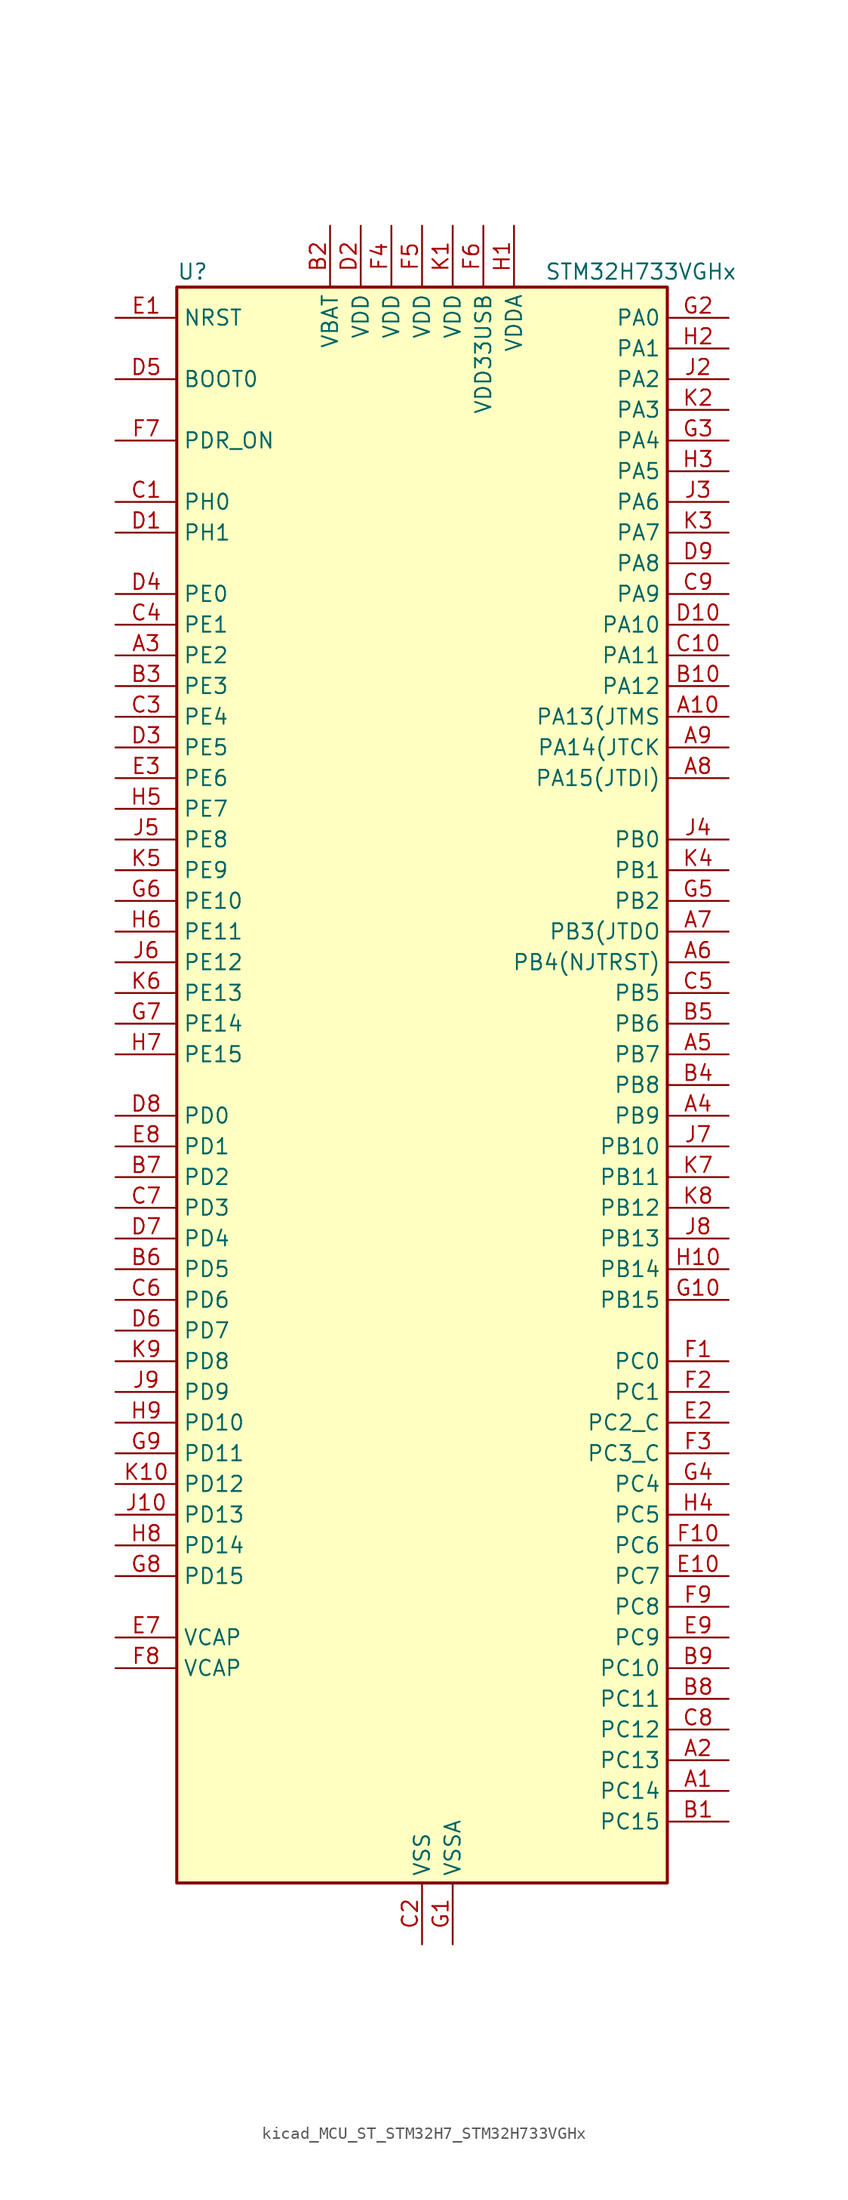
<source format=kicad_sym>
(kicad_symbol_lib
  (version 20220914)
  (generator kicad_symbol_editor)
  (symbol "kicad_MCU_ST_STM32H7_STM32H733VGHx"
    (property "Reference" "U"
      (at -20.32 67.31 0)
      (effects (font (size 1.27 1.27)) (justify left)))
    (property "Value" "STM32H733VGHx"
      (at 10.16 67.31 0)
      (effects (font (size 1.27 1.27)) (justify left)))
    (property "ki_locked" ""
      (at 0 0 0)
      (effects (font (size 1.27 1.27))))
    (symbol "kicad_MCU_ST_STM32H7_STM32H733VGHx_0_1"
      (rectangle (start -20.32 -66.04) (end 20.32 66.04) (stroke (width 0.254) (type default)) (fill (type background))))
    (symbol "kicad_MCU_ST_STM32H7_STM32H733VGHx_1_1"
      (pin bidirectional line (at 25.4 -58.42 180) (length 5.08) (name "PC14" (effects (font (size 1.27 1.27)))) (number "A1" (effects (font (size 1.27 1.27)))) (alternate "RCC_OSC32_IN" bidirectional line))
      (pin bidirectional line (at 25.4 30.48 180) (length 5.08) (name "PA13(JTMS" (effects (font (size 1.27 1.27)))) (number "A10" (effects (font (size 1.27 1.27)))) (alternate "DEBUG_JTMS-SWDIO" bidirectional line))
      (pin bidirectional line (at 25.4 -55.88 180) (length 5.08) (name "PC13" (effects (font (size 1.27 1.27)))) (number "A2" (effects (font (size 1.27 1.27)))) (alternate "PWR_WKUP4" bidirectional line) (alternate "RTC_OUT_ALARM" bidirectional line) (alternate "RTC_OUT_CALIB" bidirectional line) (alternate "RTC_TAMP1" bidirectional line) (alternate "RTC_TS" bidirectional line))
      (pin bidirectional line (at -25.4 35.56 0) (length 5.08) (name "PE2" (effects (font (size 1.27 1.27)))) (number "A3" (effects (font (size 1.27 1.27)))) (alternate "DEBUG_TRACECLK" bidirectional line) (alternate "ETH_TXD3" bidirectional line) (alternate "FMC_A23" bidirectional line) (alternate "OCTOSPIM_P1_IO2" bidirectional line) (alternate "SAI1_CK1" bidirectional line) (alternate "SAI1_MCLK_A" bidirectional line) (alternate "SAI4_CK1" bidirectional line) (alternate "SAI4_MCLK_A" bidirectional line) (alternate "SPI4_SCK" bidirectional line) (alternate "USART10_RX" bidirectional line))
      (pin bidirectional line (at 25.4 -2.54 180) (length 5.08) (name "PB9" (effects (font (size 1.27 1.27)))) (number "A4" (effects (font (size 1.27 1.27)))) (alternate "DAC1_EXTI9" bidirectional line) (alternate "DCMI_D7" bidirectional line) (alternate "DFSDM1_DATIN7" bidirectional line) (alternate "FDCAN1_TX" bidirectional line) (alternate "I2C1_SDA" bidirectional line) (alternate "I2C4_SDA" bidirectional line) (alternate "I2C4_SMBA" bidirectional line) (alternate "I2S2_WS" bidirectional line) (alternate "LTDC_B7" bidirectional line) (alternate "PSSI_D7" bidirectional line) (alternate "SDMMC1_CDIR" bidirectional line) (alternate "SDMMC1_D5" bidirectional line) (alternate "SDMMC2_D5" bidirectional line) (alternate "SPI2_NSS" bidirectional line) (alternate "TIM17_CH1" bidirectional line) (alternate "TIM4_CH4" bidirectional line) (alternate "UART4_TX" bidirectional line))
      (pin bidirectional line (at 25.4 2.54 180) (length 5.08) (name "PB7" (effects (font (size 1.27 1.27)))) (number "A5" (effects (font (size 1.27 1.27)))) (alternate "DCMI_VSYNC" bidirectional line) (alternate "DFSDM1_CKIN5" bidirectional line) (alternate "FMC_NL" bidirectional line) (alternate "I2C1_SDA" bidirectional line) (alternate "I2C4_SDA" bidirectional line) (alternate "LPUART1_RX" bidirectional line) (alternate "PSSI_RDY" bidirectional line) (alternate "PWR_PVD_IN" bidirectional line) (alternate "TIM17_CH1N" bidirectional line) (alternate "TIM4_CH2" bidirectional line) (alternate "USART1_RX" bidirectional line))
      (pin bidirectional line (at 25.4 10.16 180) (length 5.08) (name "PB4(NJTRST)" (effects (font (size 1.27 1.27)))) (number "A6" (effects (font (size 1.27 1.27)))) (alternate "DEBUG_JTRST" bidirectional line) (alternate "I2S1_SDI" bidirectional line) (alternate "I2S2_WS" bidirectional line) (alternate "I2S3_SDI" bidirectional line) (alternate "I2S6_SDI" bidirectional line) (alternate "SDMMC2_D3" bidirectional line) (alternate "SPI1_MISO" bidirectional line) (alternate "SPI2_NSS" bidirectional line) (alternate "SPI3_MISO" bidirectional line) (alternate "SPI6_MISO" bidirectional line) (alternate "TIM16_BKIN" bidirectional line) (alternate "TIM3_CH1" bidirectional line) (alternate "UART7_TX" bidirectional line))
      (pin bidirectional line (at 25.4 12.7 180) (length 5.08) (name "PB3(JTDO" (effects (font (size 1.27 1.27)))) (number "A7" (effects (font (size 1.27 1.27)))) (alternate "CRS_SYNC" bidirectional line) (alternate "DEBUG_JTDO-SWO" bidirectional line) (alternate "I2S1_CK" bidirectional line) (alternate "I2S3_CK" bidirectional line) (alternate "I2S6_CK" bidirectional line) (alternate "SDMMC2_D2" bidirectional line) (alternate "SPI1_SCK" bidirectional line) (alternate "SPI3_SCK" bidirectional line) (alternate "SPI6_SCK" bidirectional line) (alternate "TIM24_ETR" bidirectional line) (alternate "TIM2_CH2" bidirectional line) (alternate "UART7_RX" bidirectional line))
      (pin bidirectional line (at 25.4 25.4 180) (length 5.08) (name "PA15(JTDI)" (effects (font (size 1.27 1.27)))) (number "A8" (effects (font (size 1.27 1.27)))) (alternate "ADC1_EXTI15" bidirectional line) (alternate "ADC2_EXTI15" bidirectional line) (alternate "ADC3_EXTI15" bidirectional line) (alternate "CEC" bidirectional line) (alternate "DEBUG_JTDI" bidirectional line) (alternate "I2S1_WS" bidirectional line) (alternate "I2S3_WS" bidirectional line) (alternate "I2S6_WS" bidirectional line) (alternate "LTDC_B6" bidirectional line) (alternate "LTDC_R3" bidirectional line) (alternate "SPI1_NSS" bidirectional line) (alternate "SPI3_NSS" bidirectional line) (alternate "SPI6_NSS" bidirectional line) (alternate "TIM2_CH1" bidirectional line) (alternate "TIM2_ETR" bidirectional line) (alternate "UART4_DE" bidirectional line) (alternate "UART4_RTS" bidirectional line) (alternate "UART7_TX" bidirectional line))
      (pin bidirectional line (at 25.4 27.94 180) (length 5.08) (name "PA14(JTCK" (effects (font (size 1.27 1.27)))) (number "A9" (effects (font (size 1.27 1.27)))) (alternate "DEBUG_JTCK-SWCLK" bidirectional line))
      (pin bidirectional line (at 25.4 -60.96 180) (length 5.08) (name "PC15" (effects (font (size 1.27 1.27)))) (number "B1" (effects (font (size 1.27 1.27)))) (alternate "ADC1_EXTI15" bidirectional line) (alternate "ADC2_EXTI15" bidirectional line) (alternate "ADC3_EXTI15" bidirectional line) (alternate "RCC_OSC32_OUT" bidirectional line))
      (pin bidirectional line (at 25.4 33.02 180) (length 5.08) (name "PA12" (effects (font (size 1.27 1.27)))) (number "B10" (effects (font (size 1.27 1.27)))) (alternate "FDCAN1_TX" bidirectional line) (alternate "I2S2_CK" bidirectional line) (alternate "LPUART1_DE" bidirectional line) (alternate "LPUART1_RTS" bidirectional line) (alternate "LTDC_R5" bidirectional line) (alternate "SAI4_FS_B" bidirectional line) (alternate "SPI2_SCK" bidirectional line) (alternate "TIM1_BKIN2" bidirectional line) (alternate "TIM1_ETR" bidirectional line) (alternate "UART4_TX" bidirectional line) (alternate "USART1_DE" bidirectional line) (alternate "USART1_RTS" bidirectional line) (alternate "USB_OTG_HS_DP" bidirectional line))
      (pin power_in line (at -7.62 71.12 270) (length 5.08) (name "VBAT" (effects (font (size 1.27 1.27)))) (number "B2" (effects (font (size 1.27 1.27)))))
      (pin bidirectional line (at -25.4 33.02 0) (length 5.08) (name "PE3" (effects (font (size 1.27 1.27)))) (number "B3" (effects (font (size 1.27 1.27)))) (alternate "DEBUG_TRACED0" bidirectional line) (alternate "FMC_A19" bidirectional line) (alternate "SAI1_SD_B" bidirectional line) (alternate "SAI4_SD_B" bidirectional line) (alternate "TIM15_BKIN" bidirectional line) (alternate "USART10_TX" bidirectional line))
      (pin bidirectional line (at 25.4 0 180) (length 5.08) (name "PB8" (effects (font (size 1.27 1.27)))) (number "B4" (effects (font (size 1.27 1.27)))) (alternate "DCMI_D6" bidirectional line) (alternate "DFSDM1_CKIN7" bidirectional line) (alternate "ETH_TXD3" bidirectional line) (alternate "FDCAN1_RX" bidirectional line) (alternate "I2C1_SCL" bidirectional line) (alternate "I2C4_SCL" bidirectional line) (alternate "LTDC_B6" bidirectional line) (alternate "PSSI_D6" bidirectional line) (alternate "SDMMC1_CKIN" bidirectional line) (alternate "SDMMC1_D4" bidirectional line) (alternate "SDMMC2_D4" bidirectional line) (alternate "TIM16_CH1" bidirectional line) (alternate "TIM4_CH3" bidirectional line) (alternate "UART4_RX" bidirectional line))
      (pin bidirectional line (at 25.4 5.08 180) (length 5.08) (name "PB6" (effects (font (size 1.27 1.27)))) (number "B5" (effects (font (size 1.27 1.27)))) (alternate "CEC" bidirectional line) (alternate "DCMI_D5" bidirectional line) (alternate "DFSDM1_DATIN5" bidirectional line) (alternate "FDCAN2_TX" bidirectional line) (alternate "FMC_SDNE1" bidirectional line) (alternate "I2C1_SCL" bidirectional line) (alternate "I2C4_SCL" bidirectional line) (alternate "LPUART1_TX" bidirectional line) (alternate "OCTOSPIM_P1_NCS" bidirectional line) (alternate "PSSI_D5" bidirectional line) (alternate "TIM16_CH1N" bidirectional line) (alternate "TIM4_CH1" bidirectional line) (alternate "UART5_TX" bidirectional line) (alternate "USART1_TX" bidirectional line))
      (pin bidirectional line (at -25.4 -15.24 0) (length 5.08) (name "PD5" (effects (font (size 1.27 1.27)))) (number "B6" (effects (font (size 1.27 1.27)))) (alternate "FMC_NWE" bidirectional line) (alternate "OCTOSPIM_P1_IO5" bidirectional line) (alternate "USART2_TX" bidirectional line))
      (pin bidirectional line (at -25.4 -7.62 0) (length 5.08) (name "PD2" (effects (font (size 1.27 1.27)))) (number "B7" (effects (font (size 1.27 1.27)))) (alternate "DCMI_D11" bidirectional line) (alternate "DEBUG_TRACED2" bidirectional line) (alternate "FMC_D7" bidirectional line) (alternate "FMC_DA7" bidirectional line) (alternate "LTDC_B2" bidirectional line) (alternate "LTDC_B7" bidirectional line) (alternate "PSSI_D11" bidirectional line) (alternate "SDMMC1_CMD" bidirectional line) (alternate "TIM15_BKIN" bidirectional line) (alternate "TIM3_ETR" bidirectional line) (alternate "UART5_RX" bidirectional line))
      (pin bidirectional line (at 25.4 -50.8 180) (length 5.08) (name "PC11" (effects (font (size 1.27 1.27)))) (number "B8" (effects (font (size 1.27 1.27)))) (alternate "ADC1_EXTI11" bidirectional line) (alternate "ADC2_EXTI11" bidirectional line) (alternate "ADC3_EXTI11" bidirectional line) (alternate "DCMI_D4" bidirectional line) (alternate "DFSDM1_DATIN5" bidirectional line) (alternate "I2C5_SCL" bidirectional line) (alternate "I2S3_SDI" bidirectional line) (alternate "LTDC_B4" bidirectional line) (alternate "OCTOSPIM_P1_NCS" bidirectional line) (alternate "PSSI_D4" bidirectional line) (alternate "SDMMC1_D3" bidirectional line) (alternate "SPI3_MISO" bidirectional line) (alternate "UART4_RX" bidirectional line) (alternate "USART3_RX" bidirectional line))
      (pin bidirectional line (at 25.4 -48.26 180) (length 5.08) (name "PC10" (effects (font (size 1.27 1.27)))) (number "B9" (effects (font (size 1.27 1.27)))) (alternate "DCMI_D8" bidirectional line) (alternate "DFSDM1_CKIN5" bidirectional line) (alternate "I2C5_SDA" bidirectional line) (alternate "I2S3_CK" bidirectional line) (alternate "LTDC_B1" bidirectional line) (alternate "LTDC_R2" bidirectional line) (alternate "OCTOSPIM_P1_IO1" bidirectional line) (alternate "PSSI_D8" bidirectional line) (alternate "SDMMC1_D2" bidirectional line) (alternate "SPI3_SCK" bidirectional line) (alternate "SWPMI1_RX" bidirectional line) (alternate "UART4_TX" bidirectional line) (alternate "USART3_TX" bidirectional line))
      (pin bidirectional line (at -25.4 48.26 0) (length 5.08) (name "PH0" (effects (font (size 1.27 1.27)))) (number "C1" (effects (font (size 1.27 1.27)))) (alternate "RCC_OSC_IN" bidirectional line))
      (pin bidirectional line (at 25.4 35.56 180) (length 5.08) (name "PA11" (effects (font (size 1.27 1.27)))) (number "C10" (effects (font (size 1.27 1.27)))) (alternate "ADC1_EXTI11" bidirectional line) (alternate "ADC2_EXTI11" bidirectional line) (alternate "ADC3_EXTI11" bidirectional line) (alternate "FDCAN1_RX" bidirectional line) (alternate "I2S2_WS" bidirectional line) (alternate "LPUART1_CTS" bidirectional line) (alternate "LTDC_R4" bidirectional line) (alternate "SPI2_NSS" bidirectional line) (alternate "TIM1_CH4" bidirectional line) (alternate "UART4_RX" bidirectional line) (alternate "USART1_CTS" bidirectional line) (alternate "USART1_NSS" bidirectional line) (alternate "USB_OTG_HS_DM" bidirectional line))
      (pin power_in line (at 0 -71.12 90) (length 5.08) (name "VSS" (effects (font (size 1.27 1.27)))) (number "C2" (effects (font (size 1.27 1.27)))))
      (pin bidirectional line (at -25.4 30.48 0) (length 5.08) (name "PE4" (effects (font (size 1.27 1.27)))) (number "C3" (effects (font (size 1.27 1.27)))) (alternate "DCMI_D4" bidirectional line) (alternate "DEBUG_TRACED1" bidirectional line) (alternate "DFSDM1_DATIN3" bidirectional line) (alternate "FMC_A20" bidirectional line) (alternate "LTDC_B0" bidirectional line) (alternate "PSSI_D4" bidirectional line) (alternate "SAI1_D2" bidirectional line) (alternate "SAI1_FS_A" bidirectional line) (alternate "SAI4_D2" bidirectional line) (alternate "SAI4_FS_A" bidirectional line) (alternate "SPI4_NSS" bidirectional line) (alternate "TIM15_CH1N" bidirectional line))
      (pin bidirectional line (at -25.4 38.1 0) (length 5.08) (name "PE1" (effects (font (size 1.27 1.27)))) (number "C4" (effects (font (size 1.27 1.27)))) (alternate "DCMI_D3" bidirectional line) (alternate "FMC_NBL1" bidirectional line) (alternate "LPTIM1_IN2" bidirectional line) (alternate "LTDC_R6" bidirectional line) (alternate "PSSI_D3" bidirectional line) (alternate "UART8_TX" bidirectional line))
      (pin bidirectional line (at 25.4 7.62 180) (length 5.08) (name "PB5" (effects (font (size 1.27 1.27)))) (number "C5" (effects (font (size 1.27 1.27)))) (alternate "DCMI_D10" bidirectional line) (alternate "ETH_PPS_OUT" bidirectional line) (alternate "FDCAN2_RX" bidirectional line) (alternate "FMC_SDCKE1" bidirectional line) (alternate "I2C1_SMBA" bidirectional line) (alternate "I2C4_SMBA" bidirectional line) (alternate "I2S1_SDO" bidirectional line) (alternate "I2S3_SDO" bidirectional line) (alternate "I2S6_SDO" bidirectional line) (alternate "LTDC_B5" bidirectional line) (alternate "PSSI_D10" bidirectional line) (alternate "SPI1_MOSI" bidirectional line) (alternate "SPI3_MOSI" bidirectional line) (alternate "SPI6_MOSI" bidirectional line) (alternate "TIM17_BKIN" bidirectional line) (alternate "TIM3_CH2" bidirectional line) (alternate "UART5_RX" bidirectional line) (alternate "USB_OTG_HS_ULPI_D7" bidirectional line))
      (pin bidirectional line (at -25.4 -17.78 0) (length 5.08) (name "PD6" (effects (font (size 1.27 1.27)))) (number "C6" (effects (font (size 1.27 1.27)))) (alternate "DCMI_D10" bidirectional line) (alternate "DFSDM1_CKIN4" bidirectional line) (alternate "DFSDM1_DATIN1" bidirectional line) (alternate "FMC_NWAIT" bidirectional line) (alternate "I2S3_SDO" bidirectional line) (alternate "LTDC_B2" bidirectional line) (alternate "OCTOSPIM_P1_IO6" bidirectional line) (alternate "PSSI_D10" bidirectional line) (alternate "SAI1_D1" bidirectional line) (alternate "SAI1_SD_A" bidirectional line) (alternate "SAI4_D1" bidirectional line) (alternate "SAI4_SD_A" bidirectional line) (alternate "SDMMC2_CK" bidirectional line) (alternate "SPI3_MOSI" bidirectional line) (alternate "USART2_RX" bidirectional line))
      (pin bidirectional line (at -25.4 -10.16 0) (length 5.08) (name "PD3" (effects (font (size 1.27 1.27)))) (number "C7" (effects (font (size 1.27 1.27)))) (alternate "DCMI_D5" bidirectional line) (alternate "DFSDM1_CKOUT" bidirectional line) (alternate "FMC_CLK" bidirectional line) (alternate "I2S2_CK" bidirectional line) (alternate "LTDC_G7" bidirectional line) (alternate "PSSI_D5" bidirectional line) (alternate "SPI2_SCK" bidirectional line) (alternate "USART2_CTS" bidirectional line) (alternate "USART2_NSS" bidirectional line))
      (pin bidirectional line (at 25.4 -53.34 180) (length 5.08) (name "PC12" (effects (font (size 1.27 1.27)))) (number "C8" (effects (font (size 1.27 1.27)))) (alternate "DCMI_D9" bidirectional line) (alternate "DEBUG_TRACED3" bidirectional line) (alternate "FMC_D6" bidirectional line) (alternate "FMC_DA6" bidirectional line) (alternate "I2C5_SMBA" bidirectional line) (alternate "I2S3_SDO" bidirectional line) (alternate "I2S6_CK" bidirectional line) (alternate "LTDC_R6" bidirectional line) (alternate "PSSI_D9" bidirectional line) (alternate "SDMMC1_CK" bidirectional line) (alternate "SPI3_MOSI" bidirectional line) (alternate "SPI6_SCK" bidirectional line) (alternate "TIM15_CH1" bidirectional line) (alternate "UART5_TX" bidirectional line) (alternate "USART3_CK" bidirectional line))
      (pin bidirectional line (at 25.4 40.64 180) (length 5.08) (name "PA9" (effects (font (size 1.27 1.27)))) (number "C9" (effects (font (size 1.27 1.27)))) (alternate "DAC1_EXTI9" bidirectional line) (alternate "DCMI_D0" bidirectional line) (alternate "ETH_TX_ER" bidirectional line) (alternate "I2C3_SMBA" bidirectional line) (alternate "I2C5_SMBA" bidirectional line) (alternate "I2S2_CK" bidirectional line) (alternate "LPUART1_TX" bidirectional line) (alternate "LTDC_R5" bidirectional line) (alternate "PSSI_D0" bidirectional line) (alternate "SPI2_SCK" bidirectional line) (alternate "TIM1_CH2" bidirectional line) (alternate "USART1_TX" bidirectional line) (alternate "USB_OTG_HS_VBUS" bidirectional line))
      (pin bidirectional line (at -25.4 45.72 0) (length 5.08) (name "PH1" (effects (font (size 1.27 1.27)))) (number "D1" (effects (font (size 1.27 1.27)))) (alternate "RCC_OSC_OUT" bidirectional line))
      (pin bidirectional line (at 25.4 38.1 180) (length 5.08) (name "PA10" (effects (font (size 1.27 1.27)))) (number "D10" (effects (font (size 1.27 1.27)))) (alternate "DCMI_D1" bidirectional line) (alternate "LPUART1_RX" bidirectional line) (alternate "LTDC_B1" bidirectional line) (alternate "LTDC_B4" bidirectional line) (alternate "MDIOS_MDIO" bidirectional line) (alternate "PSSI_D1" bidirectional line) (alternate "TIM1_CH3" bidirectional line) (alternate "USART1_RX" bidirectional line) (alternate "USB_OTG_HS_ID" bidirectional line))
      (pin power_in line (at -5.08 71.12 270) (length 5.08) (name "VDD" (effects (font (size 1.27 1.27)))) (number "D2" (effects (font (size 1.27 1.27)))))
      (pin bidirectional line (at -25.4 27.94 0) (length 5.08) (name "PE5" (effects (font (size 1.27 1.27)))) (number "D3" (effects (font (size 1.27 1.27)))) (alternate "DCMI_D6" bidirectional line) (alternate "DEBUG_TRACED2" bidirectional line) (alternate "DFSDM1_CKIN3" bidirectional line) (alternate "FMC_A21" bidirectional line) (alternate "LTDC_G0" bidirectional line) (alternate "PSSI_D6" bidirectional line) (alternate "SAI1_CK2" bidirectional line) (alternate "SAI1_SCK_A" bidirectional line) (alternate "SAI4_CK2" bidirectional line) (alternate "SAI4_SCK_A" bidirectional line) (alternate "SPI4_MISO" bidirectional line) (alternate "TIM15_CH1" bidirectional line))
      (pin bidirectional line (at -25.4 40.64 0) (length 5.08) (name "PE0" (effects (font (size 1.27 1.27)))) (number "D4" (effects (font (size 1.27 1.27)))) (alternate "DCMI_D2" bidirectional line) (alternate "FMC_NBL0" bidirectional line) (alternate "LPTIM1_ETR" bidirectional line) (alternate "LPTIM2_ETR" bidirectional line) (alternate "LTDC_R0" bidirectional line) (alternate "PSSI_D2" bidirectional line) (alternate "SAI4_MCLK_A" bidirectional line) (alternate "TIM4_ETR" bidirectional line) (alternate "UART8_RX" bidirectional line))
      (pin input line (at -25.4 58.42 0) (length 5.08) (name "BOOT0" (effects (font (size 1.27 1.27)))) (number "D5" (effects (font (size 1.27 1.27)))))
      (pin bidirectional line (at -25.4 -20.32 0) (length 5.08) (name "PD7" (effects (font (size 1.27 1.27)))) (number "D6" (effects (font (size 1.27 1.27)))) (alternate "DFSDM1_CKIN1" bidirectional line) (alternate "DFSDM1_DATIN4" bidirectional line) (alternate "FMC_NE1" bidirectional line) (alternate "I2S1_SDO" bidirectional line) (alternate "OCTOSPIM_P1_IO7" bidirectional line) (alternate "SDMMC2_CMD" bidirectional line) (alternate "SPDIFRX1_IN0" bidirectional line) (alternate "SPI1_MOSI" bidirectional line) (alternate "USART2_CK" bidirectional line))
      (pin bidirectional line (at -25.4 -12.7 0) (length 5.08) (name "PD4" (effects (font (size 1.27 1.27)))) (number "D7" (effects (font (size 1.27 1.27)))) (alternate "FMC_NOE" bidirectional line) (alternate "OCTOSPIM_P1_IO4" bidirectional line) (alternate "USART2_DE" bidirectional line) (alternate "USART2_RTS" bidirectional line))
      (pin bidirectional line (at -25.4 -2.54 0) (length 5.08) (name "PD0" (effects (font (size 1.27 1.27)))) (number "D8" (effects (font (size 1.27 1.27)))) (alternate "DFSDM1_CKIN6" bidirectional line) (alternate "FDCAN1_RX" bidirectional line) (alternate "FMC_D2" bidirectional line) (alternate "FMC_DA2" bidirectional line) (alternate "LTDC_B1" bidirectional line) (alternate "UART4_RX" bidirectional line) (alternate "UART9_CTS" bidirectional line))
      (pin bidirectional line (at 25.4 43.18 180) (length 5.08) (name "PA8" (effects (font (size 1.27 1.27)))) (number "D9" (effects (font (size 1.27 1.27)))) (alternate "I2C3_SCL" bidirectional line) (alternate "I2C5_SCL" bidirectional line) (alternate "LTDC_B3" bidirectional line) (alternate "LTDC_R6" bidirectional line) (alternate "RCC_MCO_1" bidirectional line) (alternate "TIM1_CH1" bidirectional line) (alternate "TIM8_BKIN2" bidirectional line) (alternate "TIM8_BKIN2_COMP1" bidirectional line) (alternate "TIM8_BKIN2_COMP2" bidirectional line) (alternate "UART7_RX" bidirectional line) (alternate "USART1_CK" bidirectional line) (alternate "USB_OTG_HS_SOF" bidirectional line))
      (pin input line (at -25.4 63.5 0) (length 5.08) (name "NRST" (effects (font (size 1.27 1.27)))) (number "E1" (effects (font (size 1.27 1.27)))))
      (pin bidirectional line (at 25.4 -40.64 180) (length 5.08) (name "PC7" (effects (font (size 1.27 1.27)))) (number "E10" (effects (font (size 1.27 1.27)))) (alternate "DCMI_D1" bidirectional line) (alternate "DEBUG_TRGIO" bidirectional line) (alternate "DFSDM1_DATIN3" bidirectional line) (alternate "FMC_NE1" bidirectional line) (alternate "I2S3_MCK" bidirectional line) (alternate "LTDC_G6" bidirectional line) (alternate "PSSI_D1" bidirectional line) (alternate "SDMMC1_D123DIR" bidirectional line) (alternate "SDMMC1_D7" bidirectional line) (alternate "SDMMC2_D7" bidirectional line) (alternate "SWPMI1_TX" bidirectional line) (alternate "TIM3_CH2" bidirectional line) (alternate "TIM8_CH2" bidirectional line) (alternate "USART6_RX" bidirectional line))
      (pin bidirectional line (at 25.4 -27.94 180) (length 5.08) (name "PC2_C" (effects (font (size 1.27 1.27)))) (number "E2" (effects (font (size 1.27 1.27)))) (alternate "ADC3_INN1" bidirectional line) (alternate "ADC3_INP0" bidirectional line) (alternate "DFSDM1_CKIN1" bidirectional line) (alternate "DFSDM1_CKOUT" bidirectional line) (alternate "ETH_TXD2" bidirectional line) (alternate "FMC_SDNE0" bidirectional line) (alternate "I2S2_SDI" bidirectional line) (alternate "OCTOSPIM_P1_IO2" bidirectional line) (alternate "OCTOSPIM_P1_IO5" bidirectional line) (alternate "PWR_CSTOP" bidirectional line) (alternate "SPI2_MISO" bidirectional line) (alternate "USB_OTG_HS_ULPI_DIR" bidirectional line))
      (pin bidirectional line (at -25.4 25.4 0) (length 5.08) (name "PE6" (effects (font (size 1.27 1.27)))) (number "E3" (effects (font (size 1.27 1.27)))) (alternate "DCMI_D7" bidirectional line) (alternate "DEBUG_TRACED3" bidirectional line) (alternate "FMC_A22" bidirectional line) (alternate "LTDC_G1" bidirectional line) (alternate "PSSI_D7" bidirectional line) (alternate "SAI1_D1" bidirectional line) (alternate "SAI1_SD_A" bidirectional line) (alternate "SAI4_D1" bidirectional line) (alternate "SAI4_MCLK_B" bidirectional line) (alternate "SAI4_SD_A" bidirectional line) (alternate "SPI4_MOSI" bidirectional line) (alternate "TIM15_CH2" bidirectional line) (alternate "TIM1_BKIN2" bidirectional line) (alternate "TIM1_BKIN2_COMP1" bidirectional line) (alternate "TIM1_BKIN2_COMP2" bidirectional line))
      (pin passive line (at 0 -71.12 90) (length 5.08) hide (name "VSS" (effects (font (size 1.27 1.27)))) (number "E4" (effects (font (size 1.27 1.27)))))
      (pin passive line (at 0 -71.12 90) (length 5.08) hide (name "VSS" (effects (font (size 1.27 1.27)))) (number "E5" (effects (font (size 1.27 1.27)))))
      (pin passive line (at 0 -71.12 90) (length 5.08) hide (name "VSS" (effects (font (size 1.27 1.27)))) (number "E6" (effects (font (size 1.27 1.27)))))
      (pin power_out line (at -25.4 -45.72 0) (length 5.08) (name "VCAP" (effects (font (size 1.27 1.27)))) (number "E7" (effects (font (size 1.27 1.27)))))
      (pin bidirectional line (at -25.4 -5.08 0) (length 5.08) (name "PD1" (effects (font (size 1.27 1.27)))) (number "E8" (effects (font (size 1.27 1.27)))) (alternate "DFSDM1_DATIN6" bidirectional line) (alternate "FDCAN1_TX" bidirectional line) (alternate "FMC_D3" bidirectional line) (alternate "FMC_DA3" bidirectional line) (alternate "UART4_TX" bidirectional line))
      (pin bidirectional line (at 25.4 -45.72 180) (length 5.08) (name "PC9" (effects (font (size 1.27 1.27)))) (number "E9" (effects (font (size 1.27 1.27)))) (alternate "DAC1_EXTI9" bidirectional line) (alternate "DCMI_D3" bidirectional line) (alternate "I2C3_SDA" bidirectional line) (alternate "I2C5_SDA" bidirectional line) (alternate "I2S_CKIN" bidirectional line) (alternate "LTDC_B2" bidirectional line) (alternate "LTDC_G3" bidirectional line) (alternate "OCTOSPIM_P1_IO0" bidirectional line) (alternate "PSSI_D3" bidirectional line) (alternate "RCC_MCO_2" bidirectional line) (alternate "SDMMC1_D1" bidirectional line) (alternate "SWPMI1_SUSPEND" bidirectional line) (alternate "TIM3_CH4" bidirectional line) (alternate "TIM8_CH4" bidirectional line) (alternate "UART5_CTS" bidirectional line))
      (pin bidirectional line (at 25.4 -22.86 180) (length 5.08) (name "PC0" (effects (font (size 1.27 1.27)))) (number "F1" (effects (font (size 1.27 1.27)))) (alternate "ADC1_INP10" bidirectional line) (alternate "ADC2_INP10" bidirectional line) (alternate "ADC3_INP10" bidirectional line) (alternate "DFSDM1_CKIN0" bidirectional line) (alternate "DFSDM1_DATIN4" bidirectional line) (alternate "FMC_A25" bidirectional line) (alternate "FMC_D12" bidirectional line) (alternate "FMC_DA12" bidirectional line) (alternate "FMC_SDNWE" bidirectional line) (alternate "LTDC_G2" bidirectional line) (alternate "LTDC_R5" bidirectional line) (alternate "SAI4_FS_B" bidirectional line) (alternate "USB_OTG_HS_ULPI_STP" bidirectional line))
      (pin bidirectional line (at 25.4 -38.1 180) (length 5.08) (name "PC6" (effects (font (size 1.27 1.27)))) (number "F10" (effects (font (size 1.27 1.27)))) (alternate "DCMI_D0" bidirectional line) (alternate "DFSDM1_CKIN3" bidirectional line) (alternate "FMC_NWAIT" bidirectional line) (alternate "I2S2_MCK" bidirectional line) (alternate "LTDC_HSYNC" bidirectional line) (alternate "PSSI_D0" bidirectional line) (alternate "SDMMC1_D0DIR" bidirectional line) (alternate "SDMMC1_D6" bidirectional line) (alternate "SDMMC2_D6" bidirectional line) (alternate "SWPMI1_IO" bidirectional line) (alternate "TIM3_CH1" bidirectional line) (alternate "TIM8_CH1" bidirectional line) (alternate "USART6_TX" bidirectional line))
      (pin bidirectional line (at 25.4 -25.4 180) (length 5.08) (name "PC1" (effects (font (size 1.27 1.27)))) (number "F2" (effects (font (size 1.27 1.27)))) (alternate "ADC1_INN10" bidirectional line) (alternate "ADC1_INP11" bidirectional line) (alternate "ADC2_INN10" bidirectional line) (alternate "ADC2_INP11" bidirectional line) (alternate "ADC3_INN10" bidirectional line) (alternate "ADC3_INP11" bidirectional line) (alternate "DEBUG_TRACED0" bidirectional line) (alternate "DFSDM1_CKIN4" bidirectional line) (alternate "DFSDM1_DATIN0" bidirectional line) (alternate "ETH_MDC" bidirectional line) (alternate "I2S2_SDO" bidirectional line) (alternate "LTDC_G5" bidirectional line) (alternate "MDIOS_MDC" bidirectional line) (alternate "OCTOSPIM_P1_IO4" bidirectional line) (alternate "PWR_WKUP6" bidirectional line) (alternate "RTC_TAMP3" bidirectional line) (alternate "SAI1_D1" bidirectional line) (alternate "SAI1_SD_A" bidirectional line) (alternate "SAI4_D1" bidirectional line) (alternate "SAI4_SD_A" bidirectional line) (alternate "SDMMC2_CK" bidirectional line) (alternate "SPI2_MOSI" bidirectional line))
      (pin bidirectional line (at 25.4 -30.48 180) (length 5.08) (name "PC3_C" (effects (font (size 1.27 1.27)))) (number "F3" (effects (font (size 1.27 1.27)))) (alternate "ADC3_INP1" bidirectional line) (alternate "DFSDM1_DATIN1" bidirectional line) (alternate "ETH_TX_CLK" bidirectional line) (alternate "FMC_SDCKE0" bidirectional line) (alternate "I2S2_SDO" bidirectional line) (alternate "OCTOSPIM_P1_IO0" bidirectional line) (alternate "OCTOSPIM_P1_IO6" bidirectional line) (alternate "PWR_CSLEEP" bidirectional line) (alternate "SPI2_MOSI" bidirectional line) (alternate "USB_OTG_HS_ULPI_NXT" bidirectional line))
      (pin power_in line (at -2.54 71.12 270) (length 5.08) (name "VDD" (effects (font (size 1.27 1.27)))) (number "F4" (effects (font (size 1.27 1.27)))))
      (pin power_in line (at 0 71.12 270) (length 5.08) (name "VDD" (effects (font (size 1.27 1.27)))) (number "F5" (effects (font (size 1.27 1.27)))))
      (pin power_in line (at 5.08 71.12 270) (length 5.08) (name "VDD33USB" (effects (font (size 1.27 1.27)))) (number "F6" (effects (font (size 1.27 1.27)))))
      (pin input line (at -25.4 53.34 0) (length 5.08) (name "PDR_ON" (effects (font (size 1.27 1.27)))) (number "F7" (effects (font (size 1.27 1.27)))))
      (pin power_out line (at -25.4 -48.26 0) (length 5.08) (name "VCAP" (effects (font (size 1.27 1.27)))) (number "F8" (effects (font (size 1.27 1.27)))))
      (pin bidirectional line (at 25.4 -43.18 180) (length 5.08) (name "PC8" (effects (font (size 1.27 1.27)))) (number "F9" (effects (font (size 1.27 1.27)))) (alternate "DCMI_D2" bidirectional line) (alternate "DEBUG_TRACED1" bidirectional line) (alternate "FMC_INT" bidirectional line) (alternate "FMC_NCE" bidirectional line) (alternate "FMC_NE2" bidirectional line) (alternate "PSSI_D2" bidirectional line) (alternate "SDMMC1_D0" bidirectional line) (alternate "SWPMI1_RX" bidirectional line) (alternate "TIM3_CH3" bidirectional line) (alternate "TIM8_CH3" bidirectional line) (alternate "UART5_DE" bidirectional line) (alternate "UART5_RTS" bidirectional line) (alternate "USART6_CK" bidirectional line))
      (pin power_in line (at 2.54 -71.12 90) (length 5.08) (name "VSSA" (effects (font (size 1.27 1.27)))) (number "G1" (effects (font (size 1.27 1.27)))))
      (pin bidirectional line (at 25.4 -17.78 180) (length 5.08) (name "PB15" (effects (font (size 1.27 1.27)))) (number "G10" (effects (font (size 1.27 1.27)))) (alternate "ADC1_EXTI15" bidirectional line) (alternate "ADC2_EXTI15" bidirectional line) (alternate "ADC3_EXTI15" bidirectional line) (alternate "DFSDM1_CKIN2" bidirectional line) (alternate "FMC_D11" bidirectional line) (alternate "FMC_DA11" bidirectional line) (alternate "I2S2_SDO" bidirectional line) (alternate "LTDC_G7" bidirectional line) (alternate "RTC_REFIN" bidirectional line) (alternate "SDMMC2_D1" bidirectional line) (alternate "SPI2_MOSI" bidirectional line) (alternate "TIM12_CH2" bidirectional line) (alternate "TIM1_CH3N" bidirectional line) (alternate "TIM8_CH3N" bidirectional line) (alternate "UART4_CTS" bidirectional line) (alternate "USART1_RX" bidirectional line))
      (pin bidirectional line (at 25.4 63.5 180) (length 5.08) (name "PA0" (effects (font (size 1.27 1.27)))) (number "G2" (effects (font (size 1.27 1.27)))) (alternate "ADC1_INP16" bidirectional line) (alternate "ETH_CRS" bidirectional line) (alternate "FMC_A19" bidirectional line) (alternate "I2S6_WS" bidirectional line) (alternate "PWR_WKUP1" bidirectional line) (alternate "SAI4_SD_B" bidirectional line) (alternate "SDMMC2_CMD" bidirectional line) (alternate "SPI6_NSS" bidirectional line) (alternate "TIM15_BKIN" bidirectional line) (alternate "TIM2_CH1" bidirectional line) (alternate "TIM2_ETR" bidirectional line) (alternate "TIM5_CH1" bidirectional line) (alternate "TIM8_ETR" bidirectional line) (alternate "UART4_TX" bidirectional line) (alternate "USART2_CTS" bidirectional line) (alternate "USART2_NSS" bidirectional line))
      (pin bidirectional line (at 25.4 53.34 180) (length 5.08) (name "PA4" (effects (font (size 1.27 1.27)))) (number "G3" (effects (font (size 1.27 1.27)))) (alternate "ADC1_INP18" bidirectional line) (alternate "ADC2_INP18" bidirectional line) (alternate "DAC1_OUT1" bidirectional line) (alternate "DCMI_HSYNC" bidirectional line) (alternate "FMC_D8" bidirectional line) (alternate "FMC_DA8" bidirectional line) (alternate "I2S1_WS" bidirectional line) (alternate "I2S3_WS" bidirectional line) (alternate "I2S6_WS" bidirectional line) (alternate "LTDC_VSYNC" bidirectional line) (alternate "PSSI_DE" bidirectional line) (alternate "SPI1_NSS" bidirectional line) (alternate "SPI3_NSS" bidirectional line) (alternate "SPI6_NSS" bidirectional line) (alternate "TIM5_ETR" bidirectional line) (alternate "USART2_CK" bidirectional line))
      (pin bidirectional line (at 25.4 -33.02 180) (length 5.08) (name "PC4" (effects (font (size 1.27 1.27)))) (number "G4" (effects (font (size 1.27 1.27)))) (alternate "ADC1_INP4" bidirectional line) (alternate "ADC2_INP4" bidirectional line) (alternate "COMP1_INM" bidirectional line) (alternate "DFSDM1_CKIN2" bidirectional line) (alternate "ETH_RXD0" bidirectional line) (alternate "FMC_A22" bidirectional line) (alternate "FMC_SDNE0" bidirectional line) (alternate "I2S1_MCK" bidirectional line) (alternate "LTDC_R7" bidirectional line) (alternate "OPAMP1_VOUT" bidirectional line) (alternate "SDMMC2_CKIN" bidirectional line) (alternate "SPDIFRX1_IN2" bidirectional line))
      (pin bidirectional line (at 25.4 15.24 180) (length 5.08) (name "PB2" (effects (font (size 1.27 1.27)))) (number "G5" (effects (font (size 1.27 1.27)))) (alternate "COMP1_INP" bidirectional line) (alternate "DFSDM1_CKIN1" bidirectional line) (alternate "ETH_TX_ER" bidirectional line) (alternate "I2S3_SDO" bidirectional line) (alternate "OCTOSPIM_P1_CLK" bidirectional line) (alternate "OCTOSPIM_P1_DQS" bidirectional line) (alternate "RTC_OUT_ALARM" bidirectional line) (alternate "RTC_OUT_CALIB" bidirectional line) (alternate "SAI1_D1" bidirectional line) (alternate "SAI1_SD_A" bidirectional line) (alternate "SAI4_D1" bidirectional line) (alternate "SAI4_SD_A" bidirectional line) (alternate "SPI3_MOSI" bidirectional line) (alternate "TIM23_ETR" bidirectional line))
      (pin bidirectional line (at -25.4 15.24 0) (length 5.08) (name "PE10" (effects (font (size 1.27 1.27)))) (number "G6" (effects (font (size 1.27 1.27)))) (alternate "COMP2_INM" bidirectional line) (alternate "DFSDM1_DATIN4" bidirectional line) (alternate "FMC_D7" bidirectional line) (alternate "FMC_DA7" bidirectional line) (alternate "OCTOSPIM_P1_IO7" bidirectional line) (alternate "TIM1_CH2N" bidirectional line) (alternate "UART7_CTS" bidirectional line))
      (pin bidirectional line (at -25.4 5.08 0) (length 5.08) (name "PE14" (effects (font (size 1.27 1.27)))) (number "G7" (effects (font (size 1.27 1.27)))) (alternate "FMC_D11" bidirectional line) (alternate "FMC_DA11" bidirectional line) (alternate "LTDC_CLK" bidirectional line) (alternate "SAI4_MCLK_B" bidirectional line) (alternate "SPI4_MOSI" bidirectional line) (alternate "TIM1_CH4" bidirectional line))
      (pin bidirectional line (at -25.4 -40.64 0) (length 5.08) (name "PD15" (effects (font (size 1.27 1.27)))) (number "G8" (effects (font (size 1.27 1.27)))) (alternate "ADC1_EXTI15" bidirectional line) (alternate "ADC2_EXTI15" bidirectional line) (alternate "ADC3_EXTI15" bidirectional line) (alternate "FMC_D1" bidirectional line) (alternate "FMC_DA1" bidirectional line) (alternate "TIM4_CH4" bidirectional line) (alternate "UART8_DE" bidirectional line) (alternate "UART8_RTS" bidirectional line) (alternate "UART9_TX" bidirectional line))
      (pin bidirectional line (at -25.4 -30.48 0) (length 5.08) (name "PD11" (effects (font (size 1.27 1.27)))) (number "G9" (effects (font (size 1.27 1.27)))) (alternate "ADC1_EXTI11" bidirectional line) (alternate "ADC2_EXTI11" bidirectional line) (alternate "ADC3_EXTI11" bidirectional line) (alternate "FMC_A16" bidirectional line) (alternate "FMC_CLE" bidirectional line) (alternate "I2C4_SMBA" bidirectional line) (alternate "LPTIM2_IN2" bidirectional line) (alternate "OCTOSPIM_P1_IO0" bidirectional line) (alternate "SAI4_SD_A" bidirectional line) (alternate "USART3_CTS" bidirectional line) (alternate "USART3_NSS" bidirectional line))
      (pin power_in line (at 7.62 71.12 270) (length 5.08) (name "VDDA" (effects (font (size 1.27 1.27)))) (number "H1" (effects (font (size 1.27 1.27)))))
      (pin bidirectional line (at 25.4 -15.24 180) (length 5.08) (name "PB14" (effects (font (size 1.27 1.27)))) (number "H10" (effects (font (size 1.27 1.27)))) (alternate "DFSDM1_DATIN2" bidirectional line) (alternate "FMC_D10" bidirectional line) (alternate "FMC_DA10" bidirectional line) (alternate "I2S2_SDI" bidirectional line) (alternate "LTDC_CLK" bidirectional line) (alternate "SDMMC2_D0" bidirectional line) (alternate "SPI2_MISO" bidirectional line) (alternate "TIM12_CH1" bidirectional line) (alternate "TIM1_CH2N" bidirectional line) (alternate "TIM8_CH2N" bidirectional line) (alternate "UART4_DE" bidirectional line) (alternate "UART4_RTS" bidirectional line) (alternate "USART1_TX" bidirectional line) (alternate "USART3_DE" bidirectional line) (alternate "USART3_RTS" bidirectional line))
      (pin bidirectional line (at 25.4 60.96 180) (length 5.08) (name "PA1" (effects (font (size 1.27 1.27)))) (number "H2" (effects (font (size 1.27 1.27)))) (alternate "ADC1_INN16" bidirectional line) (alternate "ADC1_INP17" bidirectional line) (alternate "ETH_REF_CLK" bidirectional line) (alternate "ETH_RX_CLK" bidirectional line) (alternate "LPTIM3_OUT" bidirectional line) (alternate "LTDC_R2" bidirectional line) (alternate "OCTOSPIM_P1_DQS" bidirectional line) (alternate "OCTOSPIM_P1_IO3" bidirectional line) (alternate "SAI4_MCLK_B" bidirectional line) (alternate "TIM15_CH1N" bidirectional line) (alternate "TIM2_CH2" bidirectional line) (alternate "TIM5_CH2" bidirectional line) (alternate "UART4_RX" bidirectional line) (alternate "USART2_DE" bidirectional line) (alternate "USART2_RTS" bidirectional line))
      (pin bidirectional line (at 25.4 50.8 180) (length 5.08) (name "PA5" (effects (font (size 1.27 1.27)))) (number "H3" (effects (font (size 1.27 1.27)))) (alternate "ADC1_INN18" bidirectional line) (alternate "ADC1_INP19" bidirectional line) (alternate "ADC2_INN18" bidirectional line) (alternate "ADC2_INP19" bidirectional line) (alternate "DAC1_OUT2" bidirectional line) (alternate "FMC_D9" bidirectional line) (alternate "FMC_DA9" bidirectional line) (alternate "I2S1_CK" bidirectional line) (alternate "I2S6_CK" bidirectional line) (alternate "LTDC_R4" bidirectional line) (alternate "PSSI_D14" bidirectional line) (alternate "PWR_NDSTOP2" bidirectional line) (alternate "SPI1_SCK" bidirectional line) (alternate "SPI6_SCK" bidirectional line) (alternate "TIM2_CH1" bidirectional line) (alternate "TIM2_ETR" bidirectional line) (alternate "TIM8_CH1N" bidirectional line) (alternate "USB_OTG_HS_ULPI_CK" bidirectional line))
      (pin bidirectional line (at 25.4 -35.56 180) (length 5.08) (name "PC5" (effects (font (size 1.27 1.27)))) (number "H4" (effects (font (size 1.27 1.27)))) (alternate "ADC1_INN4" bidirectional line) (alternate "ADC1_INP8" bidirectional line) (alternate "ADC2_INN4" bidirectional line) (alternate "ADC2_INP8" bidirectional line) (alternate "COMP1_OUT" bidirectional line) (alternate "DFSDM1_DATIN2" bidirectional line) (alternate "ETH_RXD1" bidirectional line) (alternate "FMC_SDCKE0" bidirectional line) (alternate "LTDC_DE" bidirectional line) (alternate "OCTOSPIM_P1_DQS" bidirectional line) (alternate "OPAMP1_VINM" bidirectional line) (alternate "PSSI_D15" bidirectional line) (alternate "SAI1_D3" bidirectional line) (alternate "SAI4_D3" bidirectional line) (alternate "SPDIFRX1_IN3" bidirectional line))
      (pin bidirectional line (at -25.4 22.86 0) (length 5.08) (name "PE7" (effects (font (size 1.27 1.27)))) (number "H5" (effects (font (size 1.27 1.27)))) (alternate "COMP2_INM" bidirectional line) (alternate "DFSDM1_DATIN2" bidirectional line) (alternate "FMC_D4" bidirectional line) (alternate "FMC_DA4" bidirectional line) (alternate "OCTOSPIM_P1_IO4" bidirectional line) (alternate "OPAMP2_VOUT" bidirectional line) (alternate "TIM1_ETR" bidirectional line) (alternate "UART7_RX" bidirectional line))
      (pin bidirectional line (at -25.4 12.7 0) (length 5.08) (name "PE11" (effects (font (size 1.27 1.27)))) (number "H6" (effects (font (size 1.27 1.27)))) (alternate "ADC1_EXTI11" bidirectional line) (alternate "ADC2_EXTI11" bidirectional line) (alternate "ADC3_EXTI11" bidirectional line) (alternate "COMP2_INP" bidirectional line) (alternate "DFSDM1_CKIN4" bidirectional line) (alternate "FMC_D8" bidirectional line) (alternate "FMC_DA8" bidirectional line) (alternate "LTDC_G3" bidirectional line) (alternate "OCTOSPIM_P1_NCS" bidirectional line) (alternate "SAI4_SD_B" bidirectional line) (alternate "SPI4_NSS" bidirectional line) (alternate "TIM1_CH2" bidirectional line))
      (pin bidirectional line (at -25.4 2.54 0) (length 5.08) (name "PE15" (effects (font (size 1.27 1.27)))) (number "H7" (effects (font (size 1.27 1.27)))) (alternate "ADC1_EXTI15" bidirectional line) (alternate "ADC2_EXTI15" bidirectional line) (alternate "ADC3_EXTI15" bidirectional line) (alternate "FMC_D12" bidirectional line) (alternate "FMC_DA12" bidirectional line) (alternate "LTDC_R7" bidirectional line) (alternate "TIM1_BKIN" bidirectional line) (alternate "TIM1_BKIN_COMP1" bidirectional line) (alternate "TIM1_BKIN_COMP2" bidirectional line) (alternate "USART10_CK" bidirectional line))
      (pin bidirectional line (at -25.4 -38.1 0) (length 5.08) (name "PD14" (effects (font (size 1.27 1.27)))) (number "H8" (effects (font (size 1.27 1.27)))) (alternate "FMC_D0" bidirectional line) (alternate "FMC_DA0" bidirectional line) (alternate "TIM4_CH3" bidirectional line) (alternate "UART8_CTS" bidirectional line) (alternate "UART9_RX" bidirectional line))
      (pin bidirectional line (at -25.4 -27.94 0) (length 5.08) (name "PD10" (effects (font (size 1.27 1.27)))) (number "H9" (effects (font (size 1.27 1.27)))) (alternate "DFSDM1_CKOUT" bidirectional line) (alternate "FMC_D15" bidirectional line) (alternate "FMC_DA15" bidirectional line) (alternate "LTDC_B3" bidirectional line) (alternate "USART3_CK" bidirectional line))
      (pin passive line (at 0 -71.12 90) (length 5.08) hide (name "VSS" (effects (font (size 1.27 1.27)))) (number "J1" (effects (font (size 1.27 1.27)))))
      (pin bidirectional line (at -25.4 -35.56 0) (length 5.08) (name "PD13" (effects (font (size 1.27 1.27)))) (number "J10" (effects (font (size 1.27 1.27)))) (alternate "DCMI_D13" bidirectional line) (alternate "FDCAN3_TX" bidirectional line) (alternate "FMC_A18" bidirectional line) (alternate "I2C4_SDA" bidirectional line) (alternate "LPTIM1_OUT" bidirectional line) (alternate "OCTOSPIM_P1_IO3" bidirectional line) (alternate "PSSI_D13" bidirectional line) (alternate "SAI4_SCK_A" bidirectional line) (alternate "TIM4_CH2" bidirectional line) (alternate "UART9_DE" bidirectional line) (alternate "UART9_RTS" bidirectional line))
      (pin bidirectional line (at 25.4 58.42 180) (length 5.08) (name "PA2" (effects (font (size 1.27 1.27)))) (number "J2" (effects (font (size 1.27 1.27)))) (alternate "ADC1_INP14" bidirectional line) (alternate "ADC2_INP14" bidirectional line) (alternate "ETH_MDIO" bidirectional line) (alternate "LPTIM4_OUT" bidirectional line) (alternate "LTDC_R1" bidirectional line) (alternate "MDIOS_MDIO" bidirectional line) (alternate "OCTOSPIM_P1_IO0" bidirectional line) (alternate "PWR_WKUP2" bidirectional line) (alternate "SAI4_SCK_B" bidirectional line) (alternate "TIM15_CH1" bidirectional line) (alternate "TIM2_CH3" bidirectional line) (alternate "TIM5_CH3" bidirectional line) (alternate "USART2_TX" bidirectional line))
      (pin bidirectional line (at 25.4 48.26 180) (length 5.08) (name "PA6" (effects (font (size 1.27 1.27)))) (number "J3" (effects (font (size 1.27 1.27)))) (alternate "ADC1_INP3" bidirectional line) (alternate "ADC2_INP3" bidirectional line) (alternate "DCMI_PIXCLK" bidirectional line) (alternate "I2S1_SDI" bidirectional line) (alternate "I2S6_SDI" bidirectional line) (alternate "LTDC_G2" bidirectional line) (alternate "MDIOS_MDC" bidirectional line) (alternate "OCTOSPIM_P1_IO3" bidirectional line) (alternate "PSSI_PDCK" bidirectional line) (alternate "SPI1_MISO" bidirectional line) (alternate "SPI6_MISO" bidirectional line) (alternate "TIM13_CH1" bidirectional line) (alternate "TIM1_BKIN" bidirectional line) (alternate "TIM1_BKIN_COMP1" bidirectional line) (alternate "TIM1_BKIN_COMP2" bidirectional line) (alternate "TIM3_CH1" bidirectional line) (alternate "TIM8_BKIN" bidirectional line) (alternate "TIM8_BKIN_COMP1" bidirectional line) (alternate "TIM8_BKIN_COMP2" bidirectional line))
      (pin bidirectional line (at 25.4 20.32 180) (length 5.08) (name "PB0" (effects (font (size 1.27 1.27)))) (number "J4" (effects (font (size 1.27 1.27)))) (alternate "ADC1_INN5" bidirectional line) (alternate "ADC1_INP9" bidirectional line) (alternate "ADC2_INN5" bidirectional line) (alternate "ADC2_INP9" bidirectional line) (alternate "COMP1_INP" bidirectional line) (alternate "DFSDM1_CKOUT" bidirectional line) (alternate "ETH_RXD2" bidirectional line) (alternate "LTDC_G1" bidirectional line) (alternate "LTDC_R3" bidirectional line) (alternate "OCTOSPIM_P1_IO1" bidirectional line) (alternate "OPAMP1_VINP" bidirectional line) (alternate "TIM1_CH2N" bidirectional line) (alternate "TIM3_CH3" bidirectional line) (alternate "TIM8_CH2N" bidirectional line) (alternate "UART4_CTS" bidirectional line) (alternate "USB_OTG_HS_ULPI_D1" bidirectional line))
      (pin bidirectional line (at -25.4 20.32 0) (length 5.08) (name "PE8" (effects (font (size 1.27 1.27)))) (number "J5" (effects (font (size 1.27 1.27)))) (alternate "COMP2_OUT" bidirectional line) (alternate "DFSDM1_CKIN2" bidirectional line) (alternate "FMC_D5" bidirectional line) (alternate "FMC_DA5" bidirectional line) (alternate "OCTOSPIM_P1_IO5" bidirectional line) (alternate "OPAMP2_VINM" bidirectional line) (alternate "TIM1_CH1N" bidirectional line) (alternate "UART7_TX" bidirectional line))
      (pin bidirectional line (at -25.4 10.16 0) (length 5.08) (name "PE12" (effects (font (size 1.27 1.27)))) (number "J6" (effects (font (size 1.27 1.27)))) (alternate "COMP1_OUT" bidirectional line) (alternate "DFSDM1_DATIN5" bidirectional line) (alternate "FMC_D9" bidirectional line) (alternate "FMC_DA9" bidirectional line) (alternate "LTDC_B4" bidirectional line) (alternate "SAI4_SCK_B" bidirectional line) (alternate "SPI4_SCK" bidirectional line) (alternate "TIM1_CH3N" bidirectional line))
      (pin bidirectional line (at 25.4 -5.08 180) (length 5.08) (name "PB10" (effects (font (size 1.27 1.27)))) (number "J7" (effects (font (size 1.27 1.27)))) (alternate "DFSDM1_DATIN7" bidirectional line) (alternate "ETH_RX_ER" bidirectional line) (alternate "I2C2_SCL" bidirectional line) (alternate "I2S2_CK" bidirectional line) (alternate "LPTIM2_IN1" bidirectional line) (alternate "LTDC_G4" bidirectional line) (alternate "OCTOSPIM_P1_NCS" bidirectional line) (alternate "SPI2_SCK" bidirectional line) (alternate "TIM2_CH3" bidirectional line) (alternate "USART3_TX" bidirectional line) (alternate "USB_OTG_HS_ULPI_D3" bidirectional line))
      (pin bidirectional line (at 25.4 -12.7 180) (length 5.08) (name "PB13" (effects (font (size 1.27 1.27)))) (number "J8" (effects (font (size 1.27 1.27)))) (alternate "DCMI_D2" bidirectional line) (alternate "DFSDM1_CKIN1" bidirectional line) (alternate "ETH_TXD1" bidirectional line) (alternate "FDCAN2_TX" bidirectional line) (alternate "I2S2_CK" bidirectional line) (alternate "LPTIM2_OUT" bidirectional line) (alternate "OCTOSPIM_P1_IO2" bidirectional line) (alternate "PSSI_D2" bidirectional line) (alternate "SDMMC1_D0" bidirectional line) (alternate "SPI2_SCK" bidirectional line) (alternate "TIM1_CH1N" bidirectional line) (alternate "UART5_TX" bidirectional line) (alternate "USART3_CTS" bidirectional line) (alternate "USART3_NSS" bidirectional line) (alternate "USB_OTG_HS_ULPI_D6" bidirectional line))
      (pin bidirectional line (at -25.4 -25.4 0) (length 5.08) (name "PD9" (effects (font (size 1.27 1.27)))) (number "J9" (effects (font (size 1.27 1.27)))) (alternate "DAC1_EXTI9" bidirectional line) (alternate "DFSDM1_DATIN3" bidirectional line) (alternate "FMC_D14" bidirectional line) (alternate "FMC_DA14" bidirectional line) (alternate "USART3_RX" bidirectional line))
      (pin power_in line (at 2.54 71.12 270) (length 5.08) (name "VDD" (effects (font (size 1.27 1.27)))) (number "K1" (effects (font (size 1.27 1.27)))))
      (pin bidirectional line (at -25.4 -33.02 0) (length 5.08) (name "PD12" (effects (font (size 1.27 1.27)))) (number "K10" (effects (font (size 1.27 1.27)))) (alternate "DCMI_D12" bidirectional line) (alternate "FDCAN3_RX" bidirectional line) (alternate "FMC_A17" bidirectional line) (alternate "FMC_ALE" bidirectional line) (alternate "I2C4_SCL" bidirectional line) (alternate "LPTIM1_IN1" bidirectional line) (alternate "LPTIM2_IN1" bidirectional line) (alternate "OCTOSPIM_P1_IO1" bidirectional line) (alternate "PSSI_D12" bidirectional line) (alternate "SAI4_FS_A" bidirectional line) (alternate "TIM4_CH1" bidirectional line) (alternate "USART3_DE" bidirectional line) (alternate "USART3_RTS" bidirectional line))
      (pin bidirectional line (at 25.4 55.88 180) (length 5.08) (name "PA3" (effects (font (size 1.27 1.27)))) (number "K2" (effects (font (size 1.27 1.27)))) (alternate "ADC1_INP15" bidirectional line) (alternate "ADC2_INP15" bidirectional line) (alternate "ETH_COL" bidirectional line) (alternate "I2S6_MCK" bidirectional line) (alternate "LPTIM5_OUT" bidirectional line) (alternate "LTDC_B2" bidirectional line) (alternate "LTDC_B5" bidirectional line) (alternate "OCTOSPIM_P1_CLK" bidirectional line) (alternate "OCTOSPIM_P1_IO2" bidirectional line) (alternate "TIM15_CH2" bidirectional line) (alternate "TIM2_CH4" bidirectional line) (alternate "TIM5_CH4" bidirectional line) (alternate "USART2_RX" bidirectional line) (alternate "USB_OTG_HS_ULPI_D0" bidirectional line))
      (pin bidirectional line (at 25.4 45.72 180) (length 5.08) (name "PA7" (effects (font (size 1.27 1.27)))) (number "K3" (effects (font (size 1.27 1.27)))) (alternate "ADC1_INN3" bidirectional line) (alternate "ADC1_INP7" bidirectional line) (alternate "ADC2_INN3" bidirectional line) (alternate "ADC2_INP7" bidirectional line) (alternate "ETH_CRS_DV" bidirectional line) (alternate "ETH_RX_DV" bidirectional line) (alternate "FMC_SDNWE" bidirectional line) (alternate "I2S1_SDO" bidirectional line) (alternate "I2S6_SDO" bidirectional line) (alternate "LTDC_VSYNC" bidirectional line) (alternate "OCTOSPIM_P1_IO2" bidirectional line) (alternate "OPAMP1_VINM" bidirectional line) (alternate "SPI1_MOSI" bidirectional line) (alternate "SPI6_MOSI" bidirectional line) (alternate "TIM14_CH1" bidirectional line) (alternate "TIM1_CH1N" bidirectional line) (alternate "TIM3_CH2" bidirectional line) (alternate "TIM8_CH1N" bidirectional line))
      (pin bidirectional line (at 25.4 17.78 180) (length 5.08) (name "PB1" (effects (font (size 1.27 1.27)))) (number "K4" (effects (font (size 1.27 1.27)))) (alternate "ADC1_INP5" bidirectional line) (alternate "ADC2_INP5" bidirectional line) (alternate "COMP1_INM" bidirectional line) (alternate "DFSDM1_DATIN1" bidirectional line) (alternate "ETH_RXD3" bidirectional line) (alternate "LTDC_G0" bidirectional line) (alternate "LTDC_R6" bidirectional line) (alternate "OCTOSPIM_P1_IO0" bidirectional line) (alternate "TIM1_CH3N" bidirectional line) (alternate "TIM3_CH4" bidirectional line) (alternate "TIM8_CH3N" bidirectional line) (alternate "USB_OTG_HS_ULPI_D2" bidirectional line))
      (pin bidirectional line (at -25.4 17.78 0) (length 5.08) (name "PE9" (effects (font (size 1.27 1.27)))) (number "K5" (effects (font (size 1.27 1.27)))) (alternate "COMP2_INP" bidirectional line) (alternate "DAC1_EXTI9" bidirectional line) (alternate "DFSDM1_CKOUT" bidirectional line) (alternate "FMC_D6" bidirectional line) (alternate "FMC_DA6" bidirectional line) (alternate "OCTOSPIM_P1_IO6" bidirectional line) (alternate "OPAMP2_VINP" bidirectional line) (alternate "TIM1_CH1" bidirectional line) (alternate "UART7_DE" bidirectional line) (alternate "UART7_RTS" bidirectional line))
      (pin bidirectional line (at -25.4 7.62 0) (length 5.08) (name "PE13" (effects (font (size 1.27 1.27)))) (number "K6" (effects (font (size 1.27 1.27)))) (alternate "COMP2_OUT" bidirectional line) (alternate "DFSDM1_CKIN5" bidirectional line) (alternate "FMC_D10" bidirectional line) (alternate "FMC_DA10" bidirectional line) (alternate "LTDC_DE" bidirectional line) (alternate "SAI4_FS_B" bidirectional line) (alternate "SPI4_MISO" bidirectional line) (alternate "TIM1_CH3" bidirectional line))
      (pin bidirectional line (at 25.4 -7.62 180) (length 5.08) (name "PB11" (effects (font (size 1.27 1.27)))) (number "K7" (effects (font (size 1.27 1.27)))) (alternate "ADC1_EXTI11" bidirectional line) (alternate "ADC2_EXTI11" bidirectional line) (alternate "ADC3_EXTI11" bidirectional line) (alternate "DFSDM1_CKIN7" bidirectional line) (alternate "ETH_TX_EN" bidirectional line) (alternate "I2C2_SDA" bidirectional line) (alternate "LPTIM2_ETR" bidirectional line) (alternate "LTDC_G5" bidirectional line) (alternate "TIM2_CH4" bidirectional line) (alternate "USART3_RX" bidirectional line) (alternate "USB_OTG_HS_ULPI_D4" bidirectional line))
      (pin bidirectional line (at 25.4 -10.16 180) (length 5.08) (name "PB12" (effects (font (size 1.27 1.27)))) (number "K8" (effects (font (size 1.27 1.27)))) (alternate "DFSDM1_DATIN1" bidirectional line) (alternate "ETH_TXD0" bidirectional line) (alternate "FDCAN2_RX" bidirectional line) (alternate "I2C2_SMBA" bidirectional line) (alternate "I2S2_WS" bidirectional line) (alternate "OCTOSPIM_P1_IO0" bidirectional line) (alternate "OCTOSPIM_P1_NCLK" bidirectional line) (alternate "SPI2_NSS" bidirectional line) (alternate "TIM1_BKIN" bidirectional line) (alternate "TIM1_BKIN_COMP1" bidirectional line) (alternate "TIM1_BKIN_COMP2" bidirectional line) (alternate "UART5_RX" bidirectional line) (alternate "USART3_CK" bidirectional line) (alternate "USB_OTG_HS_ULPI_D5" bidirectional line))
      (pin bidirectional line (at -25.4 -22.86 0) (length 5.08) (name "PD8" (effects (font (size 1.27 1.27)))) (number "K9" (effects (font (size 1.27 1.27)))) (alternate "DFSDM1_CKIN3" bidirectional line) (alternate "FMC_D13" bidirectional line) (alternate "FMC_DA13" bidirectional line) (alternate "SPDIFRX1_IN1" bidirectional line) (alternate "USART3_TX" bidirectional line)))))
</source>
